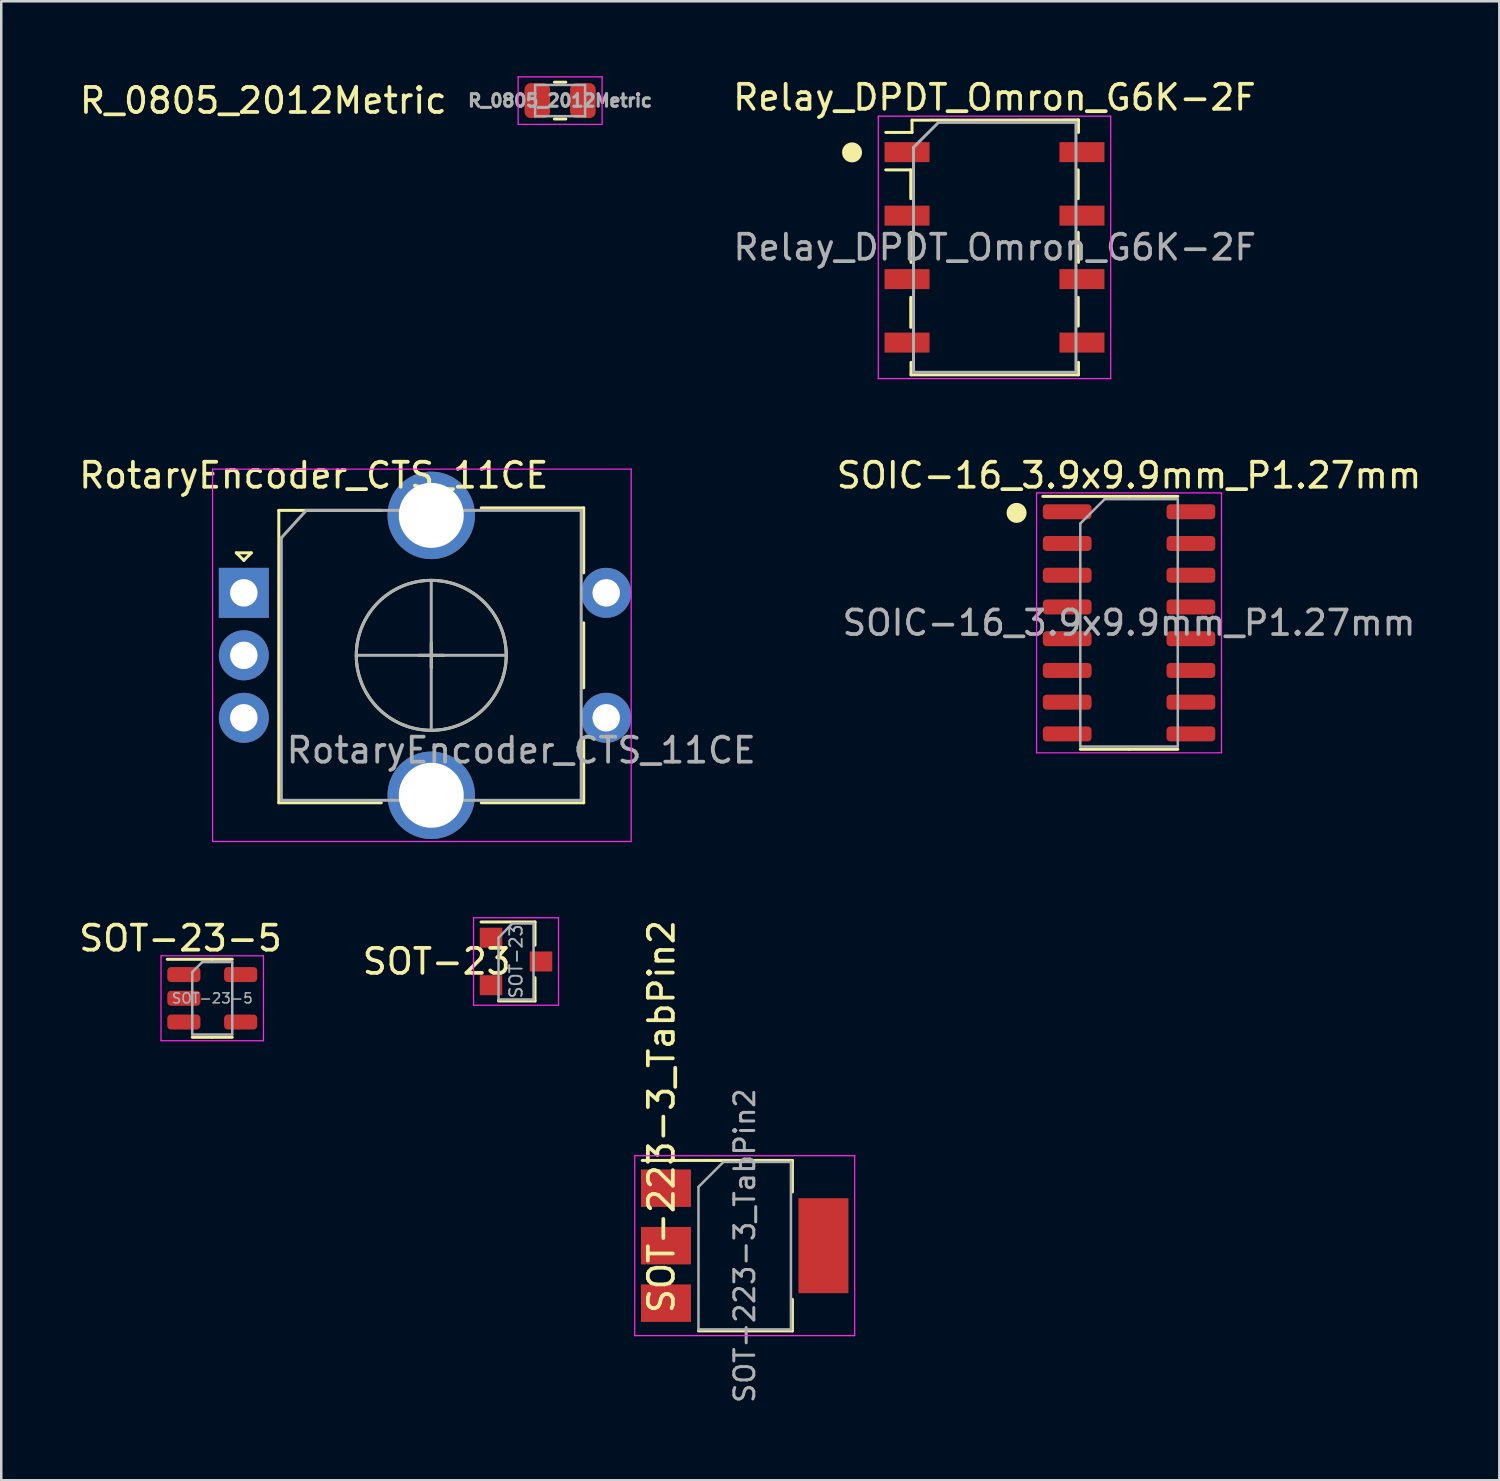
<source format=kicad_pcb>
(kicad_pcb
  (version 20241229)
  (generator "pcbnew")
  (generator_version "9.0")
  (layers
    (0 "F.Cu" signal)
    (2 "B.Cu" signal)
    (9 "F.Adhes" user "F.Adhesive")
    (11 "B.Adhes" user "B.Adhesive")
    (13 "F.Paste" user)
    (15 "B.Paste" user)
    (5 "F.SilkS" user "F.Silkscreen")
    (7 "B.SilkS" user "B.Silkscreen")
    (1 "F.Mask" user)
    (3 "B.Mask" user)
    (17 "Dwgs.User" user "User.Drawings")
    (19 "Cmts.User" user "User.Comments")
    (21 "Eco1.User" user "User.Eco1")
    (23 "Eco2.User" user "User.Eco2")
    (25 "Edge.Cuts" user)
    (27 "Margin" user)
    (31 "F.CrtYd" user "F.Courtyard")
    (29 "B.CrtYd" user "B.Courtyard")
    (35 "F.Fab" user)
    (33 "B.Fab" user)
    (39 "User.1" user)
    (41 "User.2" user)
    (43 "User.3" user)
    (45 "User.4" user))
  (footprint "SOIC-16_3.9x9.9mm_P1.27mm"
    (layer "F.Cu")
    (at 42.127 21.872)
    (property "Reference" "SOIC-16_3.9x9.9mm_P1.27mm" (at 0 -5.9 0) (layer "F.SilkS") (effects (font (size 1 1) (thickness 0.15))))
    (attr smd)
    (fp_line (start 0 -5.06) (end -3.45 -5.06) (stroke (width 0.12) (type solid)) (layer "F.SilkS"))
    (fp_line (start 0 -5.06) (end 1.95 -5.06) (stroke (width 0.12) (type solid)) (layer "F.SilkS"))
    (fp_line (start 0 5.06) (end -1.95 5.06) (stroke (width 0.12) (type solid)) (layer "F.SilkS"))
    (fp_line (start 0 5.06) (end 1.95 5.06) (stroke (width 0.12) (type solid)) (layer "F.SilkS"))
    (fp_circle (center -4.5 -4.4) (end -4.3 -4.4) (stroke (width 0.4) (type solid)) (fill no) (layer "F.SilkS"))
    (fp_line (start -3.7 -5.2) (end -3.7 5.2) (stroke (width 0.05) (type solid)) (layer "F.CrtYd"))
    (fp_line (start -3.7 5.2) (end 3.7 5.2) (stroke (width 0.05) (type solid)) (layer "F.CrtYd"))
    (fp_line (start 3.7 -5.2) (end -3.7 -5.2) (stroke (width 0.05) (type solid)) (layer "F.CrtYd"))
    (fp_line (start 3.7 5.2) (end 3.7 -5.2) (stroke (width 0.05) (type solid)) (layer "F.CrtYd"))
    (fp_line (start -1.95 -3.975) (end -0.975 -4.95) (stroke (width 0.1) (type solid)) (layer "F.Fab"))
    (fp_line (start -1.95 4.95) (end -1.95 -3.975) (stroke (width 0.1) (type solid)) (layer "F.Fab"))
    (fp_line (start -0.975 -4.95) (end 1.95 -4.95) (stroke (width 0.1) (type solid)) (layer "F.Fab"))
    (fp_line (start 1.95 -4.95) (end 1.95 4.95) (stroke (width 0.1) (type solid)) (layer "F.Fab"))
    (fp_line (start 1.95 4.95) (end -1.95 4.95) (stroke (width 0.1) (type solid)) (layer "F.Fab"))
    (fp_text user "${REFERENCE}" (at 0 0 0) (layer "F.Fab") (effects (font (size 0.98 0.98) (thickness 0.15))))
    (pad "1" smd roundrect (at -2.475 -4.445) (size 1.95 0.6) (layers "F.Cu" "F.Mask" "F.Paste") (roundrect_rratio 0.25))
    (pad "2" smd roundrect (at -2.475 -3.175) (size 1.95 0.6) (layers "F.Cu" "F.Mask" "F.Paste") (roundrect_rratio 0.25))
    (pad "3" smd roundrect (at -2.475 -1.905) (size 1.95 0.6) (layers "F.Cu" "F.Mask" "F.Paste") (roundrect_rratio 0.25))
    (pad "4" smd roundrect (at -2.475 -0.635) (size 1.95 0.6) (layers "F.Cu" "F.Mask" "F.Paste") (roundrect_rratio 0.25))
    (pad "5" smd roundrect (at -2.475 0.635) (size 1.95 0.6) (layers "F.Cu" "F.Mask" "F.Paste") (roundrect_rratio 0.25))
    (pad "6" smd roundrect (at -2.475 1.905) (size 1.95 0.6) (layers "F.Cu" "F.Mask" "F.Paste") (roundrect_rratio 0.25))
    (pad "7" smd roundrect (at -2.475 3.175) (size 1.95 0.6) (layers "F.Cu" "F.Mask" "F.Paste") (roundrect_rratio 0.25))
    (pad "8" smd roundrect (at -2.475 4.445) (size 1.95 0.6) (layers "F.Cu" "F.Mask" "F.Paste") (roundrect_rratio 0.25))
    (pad "9" smd roundrect (at 2.475 4.445) (size 1.95 0.6) (layers "F.Cu" "F.Mask" "F.Paste") (roundrect_rratio 0.25))
    (pad "10" smd roundrect (at 2.475 3.175) (size 1.95 0.6) (layers "F.Cu" "F.Mask" "F.Paste") (roundrect_rratio 0.25))
    (pad "11" smd roundrect (at 2.475 1.905) (size 1.95 0.6) (layers "F.Cu" "F.Mask" "F.Paste") (roundrect_rratio 0.25))
    (pad "12" smd roundrect (at 2.475 0.635) (size 1.95 0.6) (layers "F.Cu" "F.Mask" "F.Paste") (roundrect_rratio 0.25))
    (pad "13" smd roundrect (at 2.475 -0.635) (size 1.95 0.6) (layers "F.Cu" "F.Mask" "F.Paste") (roundrect_rratio 0.25))
    (pad "14" smd roundrect (at 2.475 -1.905) (size 1.95 0.6) (layers "F.Cu" "F.Mask" "F.Paste") (roundrect_rratio 0.25))
    (pad "15" smd roundrect (at 2.475 -3.175) (size 1.95 0.6) (layers "F.Cu" "F.Mask" "F.Paste") (roundrect_rratio 0.25))
    (pad "16" smd roundrect (at 2.475 -4.445) (size 1.95 0.6) (layers "F.Cu" "F.Mask" "F.Paste") (roundrect_rratio 0.25)))
  (footprint "SOT-23-5"
    (layer "F.Cu")
    (at 5.443 36.895)
    (property "Reference" "SOT-23-5" (at -1.27 -2.4 180) (layer "F.SilkS") (effects (font (size 1 1) (thickness 0.15))))
    (attr smd)
    (fp_line (start 0 -1.56) (end -1.8 -1.56) (stroke (width 0.12) (type solid)) (layer "F.SilkS"))
    (fp_line (start 0 -1.56) (end 0.8 -1.56) (stroke (width 0.12) (type solid)) (layer "F.SilkS"))
    (fp_line (start 0 1.56) (end -0.8 1.56) (stroke (width 0.12) (type solid)) (layer "F.SilkS"))
    (fp_line (start 0 1.56) (end 0.8 1.56) (stroke (width 0.12) (type solid)) (layer "F.SilkS"))
    (fp_line (start -2.05 -1.7) (end -2.05 1.7) (stroke (width 0.05) (type solid)) (layer "F.CrtYd"))
    (fp_line (start -2.05 1.7) (end 2.05 1.7) (stroke (width 0.05) (type solid)) (layer "F.CrtYd"))
    (fp_line (start 2.05 -1.7) (end -2.05 -1.7) (stroke (width 0.05) (type solid)) (layer "F.CrtYd"))
    (fp_line (start 2.05 1.7) (end 2.05 -1.7) (stroke (width 0.05) (type solid)) (layer "F.CrtYd"))
    (fp_line (start -0.8 -1.05) (end -0.4 -1.45) (stroke (width 0.1) (type solid)) (layer "F.Fab"))
    (fp_line (start -0.8 1.45) (end -0.8 -1.05) (stroke (width 0.1) (type solid)) (layer "F.Fab"))
    (fp_line (start -0.4 -1.45) (end 0.8 -1.45) (stroke (width 0.1) (type solid)) (layer "F.Fab"))
    (fp_line (start 0.8 -1.45) (end 0.8 1.45) (stroke (width 0.1) (type solid)) (layer "F.Fab"))
    (fp_line (start 0.8 1.45) (end -0.8 1.45) (stroke (width 0.1) (type solid)) (layer "F.Fab"))
    (fp_text user "${REFERENCE}" (at 0 0 180) (layer "F.Fab") (effects (font (size 0.4 0.4) (thickness 0.06))))
    (pad "1" smd roundrect (at -1.137 -0.95) (size 1.325 0.6) (layers "F.Cu" "F.Mask" "F.Paste") (roundrect_rratio 0.25))
    (pad "2" smd roundrect (at -1.137 0) (size 1.325 0.6) (layers "F.Cu" "F.Mask" "F.Paste") (roundrect_rratio 0.25))
    (pad "3" smd roundrect (at -1.137 0.95) (size 1.325 0.6) (layers "F.Cu" "F.Mask" "F.Paste") (roundrect_rratio 0.25))
    (pad "4" smd roundrect (at 1.137 0.95) (size 1.325 0.6) (layers "F.Cu" "F.Mask" "F.Paste") (roundrect_rratio 0.25))
    (pad "5" smd roundrect (at 1.137 -0.95) (size 1.325 0.6) (layers "F.Cu" "F.Mask" "F.Paste") (roundrect_rratio 0.25)))
  (footprint "Relay_DPDT_Omron_G6K-2F"
    (layer "F.Cu")
    (at 36.743 6.848)
    (property "Reference" "Relay_DPDT_Omron_G6K-2F" (at 0 -6 0) (layer "F.SilkS") (effects (font (size 1 1) (thickness 0.15))))
    (attr smd)
    (fp_line (start -3.35 -3.1) (end -4.35 -3.1) (stroke (width 0.12) (type solid)) (layer "F.SilkS"))
    (fp_line (start -3.35 -1.95) (end -3.35 -3.1) (stroke (width 0.12) (type solid)) (layer "F.SilkS"))
    (fp_line (start -3.35 3.2) (end -3.35 2) (stroke (width 0.12) (type solid)) (layer "F.SilkS"))
    (fp_line (start -3.34 0.6) (end -3.35 -0.6) (stroke (width 0.12) (type solid)) (layer "F.SilkS"))
    (fp_line (start -3.34 5.1) (end -3.34 4.6) (stroke (width 0.12) (type solid)) (layer "F.SilkS"))
    (fp_line (start -3.3 -5.09) (end -3.3 -4.6) (stroke (width 0.12) (type solid)) (layer "F.SilkS"))
    (fp_line (start -3.3 -5.09) (end 3.36 -5.1) (stroke (width 0.12) (type solid)) (layer "F.SilkS"))
    (fp_line (start -3.3 -4.6) (end -4.35 -4.6) (stroke (width 0.12) (type solid)) (layer "F.SilkS"))
    (fp_line (start 3.35 -3.1) (end 3.35 -1.95) (stroke (width 0.12) (type solid)) (layer "F.SilkS"))
    (fp_line (start 3.35 -0.6) (end 3.36 0.6) (stroke (width 0.12) (type solid)) (layer "F.SilkS"))
    (fp_line (start 3.35 2) (end 3.35 3.15) (stroke (width 0.12) (type solid)) (layer "F.SilkS"))
    (fp_line (start 3.36 -5.1) (end 3.36 -4.6) (stroke (width 0.12) (type solid)) (layer "F.SilkS"))
    (fp_line (start 3.36 4.6) (end 3.36 5.1) (stroke (width 0.12) (type solid)) (layer "F.SilkS"))
    (fp_line (start 3.36 5.1) (end -3.34 5.1) (stroke (width 0.12) (type solid)) (layer "F.SilkS"))
    (fp_circle (center -5.7 -3.8) (end -5.5 -3.8) (stroke (width 0.4) (type solid)) (fill no) (layer "F.SilkS"))
    (fp_line (start -4.65 -5.25) (end -4.65 5.25) (stroke (width 0.05) (type solid)) (layer "F.CrtYd"))
    (fp_line (start -4.65 -5.25) (end 4.65 -5.25) (stroke (width 0.05) (type solid)) (layer "F.CrtYd"))
    (fp_line (start 4.65 5.25) (end -4.65 5.25) (stroke (width 0.05) (type solid)) (layer "F.CrtYd"))
    (fp_line (start 4.65 5.25) (end 4.65 -5.25) (stroke (width 0.05) (type solid)) (layer "F.CrtYd"))
    (fp_line (start -3.24 -4) (end -2.24 -5) (stroke (width 0.12) (type solid)) (layer "F.Fab"))
    (fp_line (start -3.24 5) (end -3.24 -4) (stroke (width 0.12) (type solid)) (layer "F.Fab"))
    (fp_line (start -2.24 -5) (end 3.26 -5) (stroke (width 0.12) (type solid)) (layer "F.Fab"))
    (fp_line (start 3.26 -5) (end 3.26 5) (stroke (width 0.12) (type solid)) (layer "F.Fab"))
    (fp_line (start 3.26 5) (end -3.24 5) (stroke (width 0.12) (type solid)) (layer "F.Fab"))
    (fp_text user "${REFERENCE}" (at 0.01 0 0) (layer "F.Fab") (effects (font (size 1 1) (thickness 0.15))))
    (pad "1" smd rect (at -3.5 -3.81) (size 1.8 0.8) (layers "F.Cu" "F.Mask" "F.Paste"))
    (pad "2" smd rect (at -3.5 -1.27) (size 1.8 0.8) (layers "F.Cu" "F.Mask" "F.Paste"))
    (pad "3" smd rect (at -3.5 1.27) (size 1.8 0.8) (layers "F.Cu" "F.Mask" "F.Paste"))
    (pad "4" smd rect (at -3.5 3.81) (size 1.8 0.8) (layers "F.Cu" "F.Mask" "F.Paste"))
    (pad "5" smd rect (at 3.5 3.81) (size 1.8 0.8) (layers "F.Cu" "F.Mask" "F.Paste"))
    (pad "6" smd rect (at 3.5 1.27) (size 1.8 0.8) (layers "F.Cu" "F.Mask" "F.Paste"))
    (pad "7" smd rect (at 3.5 -1.27) (size 1.8 0.8) (layers "F.Cu" "F.Mask" "F.Paste"))
    (pad "8" smd rect (at 3.5 -3.81) (size 1.8 0.8) (layers "F.Cu" "F.Mask" "F.Paste")))
  (footprint "SOT-223-3_TabPin2"
    (layer "F.Cu")
    (at 26.748 46.794)
    (property "Reference" "SOT-223-3_TabPin2" (at -3.33 -5.165 90) (layer "F.SilkS") (effects (font (size 1 1) (thickness 0.15))))
    (attr smd)
    (fp_line (start -4.1 -3.41) (end 1.91 -3.41) (stroke (width 0.12) (type solid)) (layer "F.SilkS"))
    (fp_line (start -1.85 3.41) (end 1.91 3.41) (stroke (width 0.12) (type solid)) (layer "F.SilkS"))
    (fp_line (start 1.91 -3.41) (end 1.91 -2.15) (stroke (width 0.12) (type solid)) (layer "F.SilkS"))
    (fp_line (start 1.91 3.41) (end 1.91 2.15) (stroke (width 0.12) (type solid)) (layer "F.SilkS"))
    (fp_line (start -4.4 -3.6) (end -4.4 3.6) (stroke (width 0.05) (type solid)) (layer "F.CrtYd"))
    (fp_line (start -4.4 3.6) (end 4.4 3.6) (stroke (width 0.05) (type solid)) (layer "F.CrtYd"))
    (fp_line (start 4.4 -3.6) (end -4.4 -3.6) (stroke (width 0.05) (type solid)) (layer "F.CrtYd"))
    (fp_line (start 4.4 3.6) (end 4.4 -3.6) (stroke (width 0.05) (type solid)) (layer "F.CrtYd"))
    (fp_line (start -1.85 -2.35) (end -1.85 3.35) (stroke (width 0.1) (type solid)) (layer "F.Fab"))
    (fp_line (start -1.85 -2.35) (end -0.85 -3.35) (stroke (width 0.1) (type solid)) (layer "F.Fab"))
    (fp_line (start -1.85 3.35) (end 1.85 3.35) (stroke (width 0.1) (type solid)) (layer "F.Fab"))
    (fp_line (start -0.85 -3.35) (end 1.85 -3.35) (stroke (width 0.1) (type solid)) (layer "F.Fab"))
    (fp_line (start 1.85 -3.35) (end 1.85 3.35) (stroke (width 0.1) (type solid)) (layer "F.Fab"))
    (fp_text user "${REFERENCE}" (at 0 0 270) (layer "F.Fab") (effects (font (size 0.8 0.8) (thickness 0.12))))
    (pad "1" smd rect (at -3.15 -2.3) (size 2 1.5) (layers "F.Cu" "F.Mask" "F.Paste"))
    (pad "2" smd rect (at -3.15 0) (size 2 1.5) (layers "F.Cu" "F.Mask" "F.Paste"))
    (pad "2" smd rect (at 3.15 0) (size 2 3.8) (layers "F.Cu" "F.Mask" "F.Paste"))
    (pad "3" smd rect (at -3.15 2.3) (size 2 1.5) (layers "F.Cu" "F.Mask" "F.Paste")))
  (footprint "SOT-23"
    (layer "F.Cu")
    (at 17.598 35.422)
    (property "Reference" "SOT-23" (at -3.175 0 0) (layer "F.SilkS") (effects (font (size 1 1) (thickness 0.15))))
    (attr smd)
    (fp_line (start 0.76 -1.58) (end -1.4 -1.58) (stroke (width 0.12) (type solid)) (layer "F.SilkS"))
    (fp_line (start 0.76 -1.58) (end 0.76 -0.65) (stroke (width 0.12) (type solid)) (layer "F.SilkS"))
    (fp_line (start 0.76 1.58) (end -0.7 1.58) (stroke (width 0.12) (type solid)) (layer "F.SilkS"))
    (fp_line (start 0.76 1.58) (end 0.76 0.65) (stroke (width 0.12) (type solid)) (layer "F.SilkS"))
    (fp_line (start -1.7 -1.75) (end 1.7 -1.75) (stroke (width 0.05) (type solid)) (layer "F.CrtYd"))
    (fp_line (start -1.7 1.75) (end -1.7 -1.75) (stroke (width 0.05) (type solid)) (layer "F.CrtYd"))
    (fp_line (start 1.7 -1.75) (end 1.7 1.75) (stroke (width 0.05) (type solid)) (layer "F.CrtYd"))
    (fp_line (start 1.7 1.75) (end -1.7 1.75) (stroke (width 0.05) (type solid)) (layer "F.CrtYd"))
    (fp_line (start -0.7 -0.95) (end -0.7 1.5) (stroke (width 0.1) (type solid)) (layer "F.Fab"))
    (fp_line (start -0.7 -0.95) (end -0.15 -1.52) (stroke (width 0.1) (type solid)) (layer "F.Fab"))
    (fp_line (start -0.7 1.52) (end 0.7 1.52) (stroke (width 0.1) (type solid)) (layer "F.Fab"))
    (fp_line (start -0.15 -1.52) (end 0.7 -1.52) (stroke (width 0.1) (type solid)) (layer "F.Fab"))
    (fp_line (start 0.7 -1.52) (end 0.7 1.52) (stroke (width 0.1) (type solid)) (layer "F.Fab"))
    (fp_text user "${REFERENCE}" (at 0 0 90) (layer "F.Fab") (effects (font (size 0.5 0.5) (thickness 0.075))))
    (pad "1" smd rect (at -1 -0.95) (size 0.9 0.8) (layers "F.Cu" "F.Mask" "F.Paste"))
    (pad "2" smd rect (at -1 0.95) (size 0.9 0.8) (layers "F.Cu" "F.Mask" "F.Paste"))
    (pad "3" smd rect (at 1 0) (size 0.9 0.8) (layers "F.Cu" "F.Mask" "F.Paste")))
  (footprint "RotaryEncoder_CTS_11CE"
    (layer "F.Cu")
    (at 6.706 20.672)
    (property "Reference" "RotaryEncoder_CTS_11CE" (at 2.8 -4.7 0) (layer "F.SilkS") (effects (font (size 1 1) (thickness 0.15))))
    (attr through_hole)
    (fp_line (start -0.3 -1.6) (end 0.3 -1.6) (stroke (width 0.12) (type solid)) (layer "F.SilkS"))
    (fp_line (start 0 -1.3) (end -0.3 -1.6) (stroke (width 0.12) (type solid)) (layer "F.SilkS"))
    (fp_line (start 0.3 -1.6) (end 0 -1.3) (stroke (width 0.12) (type solid)) (layer "F.SilkS"))
    (fp_line (start 1.4 -3.3) (end 1.4 8.4) (stroke (width 0.12) (type solid)) (layer "F.SilkS"))
    (fp_line (start 5.5 -3.3) (end 1.4 -3.3) (stroke (width 0.12) (type solid)) (layer "F.SilkS"))
    (fp_line (start 5.5 8.4) (end 1.4 8.4) (stroke (width 0.12) (type solid)) (layer "F.SilkS"))
    (fp_line (start 7 2.5) (end 8 2.5) (stroke (width 0.12) (type solid)) (layer "F.SilkS"))
    (fp_line (start 7.5 2) (end 7.5 3) (stroke (width 0.12) (type solid)) (layer "F.SilkS"))
    (fp_line (start 9.5 -3.4) (end 13.6 -3.4) (stroke (width 0.12) (type solid)) (layer "F.SilkS"))
    (fp_line (start 13.6 -3.4) (end 13.6 -0.8) (stroke (width 0.12) (type solid)) (layer "F.SilkS"))
    (fp_line (start 13.6 1.2) (end 13.6 3.8) (stroke (width 0.12) (type solid)) (layer "F.SilkS"))
    (fp_line (start 13.6 5.8) (end 13.6 8.4) (stroke (width 0.12) (type solid)) (layer "F.SilkS"))
    (fp_line (start 13.6 8.4) (end 9.5 8.4) (stroke (width 0.12) (type solid)) (layer "F.SilkS"))
    (fp_circle (center 7.5 2.5) (end 10.5 2.5) (stroke (width 0.12) (type solid)) (fill no) (layer "F.SilkS"))
    (fp_line (start -1.25 -4.95) (end -1.25 9.95) (stroke (width 0.05) (type solid)) (layer "F.CrtYd"))
    (fp_line (start -1.25 -4.95) (end 15.5 -4.95) (stroke (width 0.05) (type solid)) (layer "F.CrtYd"))
    (fp_line (start 15.5 9.95) (end -1.25 9.95) (stroke (width 0.05) (type solid)) (layer "F.CrtYd"))
    (fp_line (start 15.5 9.95) (end 15.5 -4.95) (stroke (width 0.05) (type solid)) (layer "F.CrtYd"))
    (fp_line (start 1.5 -2.2) (end 2.5 -3.3) (stroke (width 0.12) (type solid)) (layer "F.Fab"))
    (fp_line (start 1.5 8.3) (end 1.5 -2.2) (stroke (width 0.12) (type solid)) (layer "F.Fab"))
    (fp_line (start 2.5 -3.3) (end 13.5 -3.3) (stroke (width 0.12) (type solid)) (layer "F.Fab"))
    (fp_line (start 4.5 2.5) (end 10.5 2.5) (stroke (width 0.12) (type solid)) (layer "F.Fab"))
    (fp_line (start 7.5 -0.5) (end 7.5 5.5) (stroke (width 0.12) (type solid)) (layer "F.Fab"))
    (fp_line (start 13.5 -3.3) (end 13.5 8.3) (stroke (width 0.12) (type solid)) (layer "F.Fab"))
    (fp_line (start 13.5 8.3) (end 1.5 8.3) (stroke (width 0.12) (type solid)) (layer "F.Fab"))
    (fp_circle (center 7.5 2.5) (end 10.5 2.5) (stroke (width 0.12) (type solid)) (fill no) (layer "F.Fab"))
    (fp_text user "${REFERENCE}" (at 11.1 6.3 0) (layer "F.Fab") (effects (font (size 1 1) (thickness 0.15))))
    (pad "A" thru_hole rect (at 0 0) (size 2 2) (drill 1.1) (layers "*.Cu" "*.Mask"))
    (pad "B" thru_hole circle (at 0 5) (size 2 2) (drill 1.1) (layers "*.Cu" "*.Mask"))
    (pad "C" thru_hole circle (at 0 2.5) (size 2 2) (drill 1.1) (layers "*.Cu" "*.Mask"))
    (pad "MP" thru_hole circle (at 7.5 -3.1) (size 3.5 3.5) (drill 2.6) (layers "*.Cu" "*.Mask"))
    (pad "MP" thru_hole circle (at 7.5 8.1) (size 3.5 3.5) (drill 2.6) (layers "*.Cu" "*.Mask"))
    (pad "S1" thru_hole circle (at 14.5 0) (size 2 2) (drill 1.1) (layers "*.Cu" "*.Mask"))
    (pad "S2" thru_hole circle (at 14.5 5) (size 2 2) (drill 1.1) (layers "*.Cu" "*.Mask")))
  (footprint "R_0805_2012Metric"
    (layer "F.Cu")
    (at 19.362 0.975)
    (property "Reference" "R_0805_2012Metric" (at -4.445 0 180) (layer "F.SilkS") (effects (font (size 1 1) (thickness 0.15)) (justify right)))
    (attr smd)
    (fp_line (start -0.227 -0.735) (end 0.227 -0.735) (stroke (width 0.12) (type solid)) (layer "F.SilkS"))
    (fp_line (start -0.227 0.735) (end 0.227 0.735) (stroke (width 0.12) (type solid)) (layer "F.SilkS"))
    (fp_line (start -1.68 -0.95) (end 1.68 -0.95) (stroke (width 0.05) (type solid)) (layer "F.CrtYd"))
    (fp_line (start -1.68 0.95) (end -1.68 -0.95) (stroke (width 0.05) (type solid)) (layer "F.CrtYd"))
    (fp_line (start 1.68 -0.95) (end 1.68 0.95) (stroke (width 0.05) (type solid)) (layer "F.CrtYd"))
    (fp_line (start 1.68 0.95) (end -1.68 0.95) (stroke (width 0.05) (type solid)) (layer "F.CrtYd"))
    (fp_line (start -1 -0.625) (end 1 -0.625) (stroke (width 0.1) (type solid)) (layer "F.Fab"))
    (fp_line (start -1 0.625) (end -1 -0.625) (stroke (width 0.1) (type solid)) (layer "F.Fab"))
    (fp_line (start 1 -0.625) (end 1 0.625) (stroke (width 0.1) (type solid)) (layer "F.Fab"))
    (fp_line (start 1 0.625) (end -1 0.625) (stroke (width 0.1) (type solid)) (layer "F.Fab"))
    (fp_text user "${REFERENCE}" (at 0 0 180) (layer "F.Fab") (effects (font (size 0.5 0.5) (thickness 0.15))))
    (pad "1" smd roundrect (at -0.912 0) (size 1.025 1.4) (layers "F.Cu" "F.Mask" "F.Paste") (roundrect_rratio 0.244))
    (pad "2" smd roundrect (at 0.912 0) (size 1.025 1.4) (layers "F.Cu" "F.Mask" "F.Paste") (roundrect_rratio 0.244)))
  (gr_rect
    (start -3 -3)
    (end 56.943 56.179)
    (stroke (width 0.1) (type default))
    (fill no)
    (layer "Edge.Cuts")))
</source>
